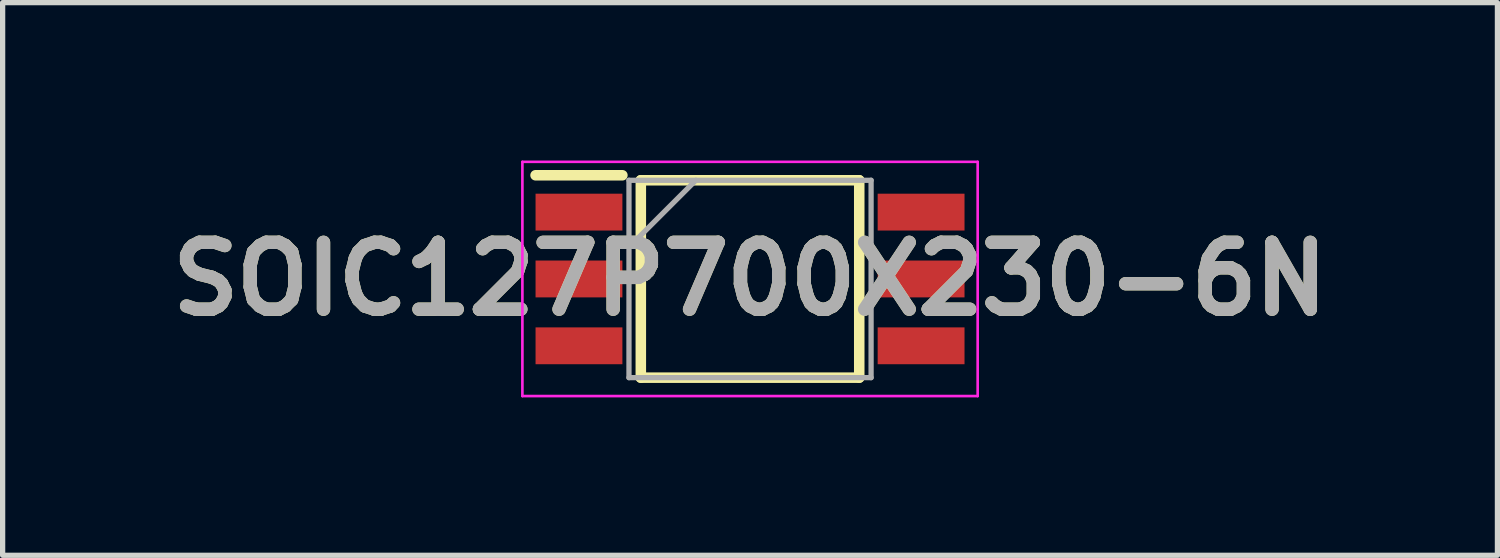
<source format=kicad_pcb>
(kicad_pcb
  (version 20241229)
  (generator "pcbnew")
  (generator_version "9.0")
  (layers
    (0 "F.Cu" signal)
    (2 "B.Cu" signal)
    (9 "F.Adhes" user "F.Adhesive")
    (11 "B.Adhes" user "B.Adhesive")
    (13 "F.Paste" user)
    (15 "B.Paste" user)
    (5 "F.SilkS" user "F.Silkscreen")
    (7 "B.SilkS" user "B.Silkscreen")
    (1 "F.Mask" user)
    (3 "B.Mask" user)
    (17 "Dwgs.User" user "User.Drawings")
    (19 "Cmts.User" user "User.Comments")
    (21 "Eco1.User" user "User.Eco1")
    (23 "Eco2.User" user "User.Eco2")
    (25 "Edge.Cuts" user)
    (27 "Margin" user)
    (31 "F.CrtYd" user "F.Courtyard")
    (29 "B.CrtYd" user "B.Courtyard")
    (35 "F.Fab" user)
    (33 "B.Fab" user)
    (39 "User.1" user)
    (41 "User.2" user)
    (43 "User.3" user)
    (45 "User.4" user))
  (footprint "SOIC127P700X230-6N"
    (layer "F.Cu")
    (at 11.2 2.25)
    (property "Reference" "SOIC127P700X230-6N" (at 0 0 0) (layer "F.SilkS") (effects (font (size 1.27 1.27) (thickness 0.254))))
    (attr smd)
    (fp_line (start -4.075 -1.97) (end -2.425 -1.97) (stroke (width 0.2) (type solid)) (layer "F.SilkS"))
    (fp_line (start -2.075 -1.875) (end 2.075 -1.875) (stroke (width 0.2) (type solid)) (layer "F.SilkS"))
    (fp_line (start -2.075 1.875) (end -2.075 -1.875) (stroke (width 0.2) (type solid)) (layer "F.SilkS"))
    (fp_line (start 2.075 -1.875) (end 2.075 1.875) (stroke (width 0.2) (type solid)) (layer "F.SilkS"))
    (fp_line (start 2.075 1.875) (end -2.075 1.875) (stroke (width 0.2) (type solid)) (layer "F.SilkS"))
    (fp_line (start -4.325 -2.225) (end 4.325 -2.225) (stroke (width 0.05) (type solid)) (layer "F.CrtYd"))
    (fp_line (start -4.325 2.225) (end -4.325 -2.225) (stroke (width 0.05) (type solid)) (layer "F.CrtYd"))
    (fp_line (start 4.325 -2.225) (end 4.325 2.225) (stroke (width 0.05) (type solid)) (layer "F.CrtYd"))
    (fp_line (start 4.325 2.225) (end -4.325 2.225) (stroke (width 0.05) (type solid)) (layer "F.CrtYd"))
    (fp_line (start -2.3 -1.875) (end 2.3 -1.875) (stroke (width 0.1) (type solid)) (layer "F.Fab"))
    (fp_line (start -2.3 -0.605) (end -1.03 -1.875) (stroke (width 0.1) (type solid)) (layer "F.Fab"))
    (fp_line (start -2.3 1.875) (end -2.3 -1.875) (stroke (width 0.1) (type solid)) (layer "F.Fab"))
    (fp_line (start 2.3 -1.875) (end 2.3 1.875) (stroke (width 0.1) (type solid)) (layer "F.Fab"))
    (fp_line (start 2.3 1.875) (end -2.3 1.875) (stroke (width 0.1) (type solid)) (layer "F.Fab"))
    (fp_text user "${REFERENCE}" (at 0 0 0) (layer "F.Fab") (effects (font (size 1.27 1.27) (thickness 0.254))))
    (pad "1" smd rect (at -3.25 -1.27 90) (size 0.7 1.65) (layers "F.Cu" "F.Mask" "F.Paste"))
    (pad "2" smd rect (at -3.25 0 90) (size 0.7 1.65) (layers "F.Cu" "F.Mask" "F.Paste"))
    (pad "3" smd rect (at -3.25 1.27 90) (size 0.7 1.65) (layers "F.Cu" "F.Mask" "F.Paste"))
    (pad "4" smd rect (at 3.25 1.27 90) (size 0.7 1.65) (layers "F.Cu" "F.Mask" "F.Paste"))
    (pad "5" smd rect (at 3.25 0 90) (size 0.7 1.65) (layers "F.Cu" "F.Mask" "F.Paste"))
    (pad "6" smd rect (at 3.25 -1.27 90) (size 0.7 1.65) (layers "F.Cu" "F.Mask" "F.Paste")))
  (gr_rect
    (start -3 -3)
    (end 25.4 7.5)
    (stroke (width 0.1) (type default))
    (fill no)
    (layer "Edge.Cuts")))
</source>
